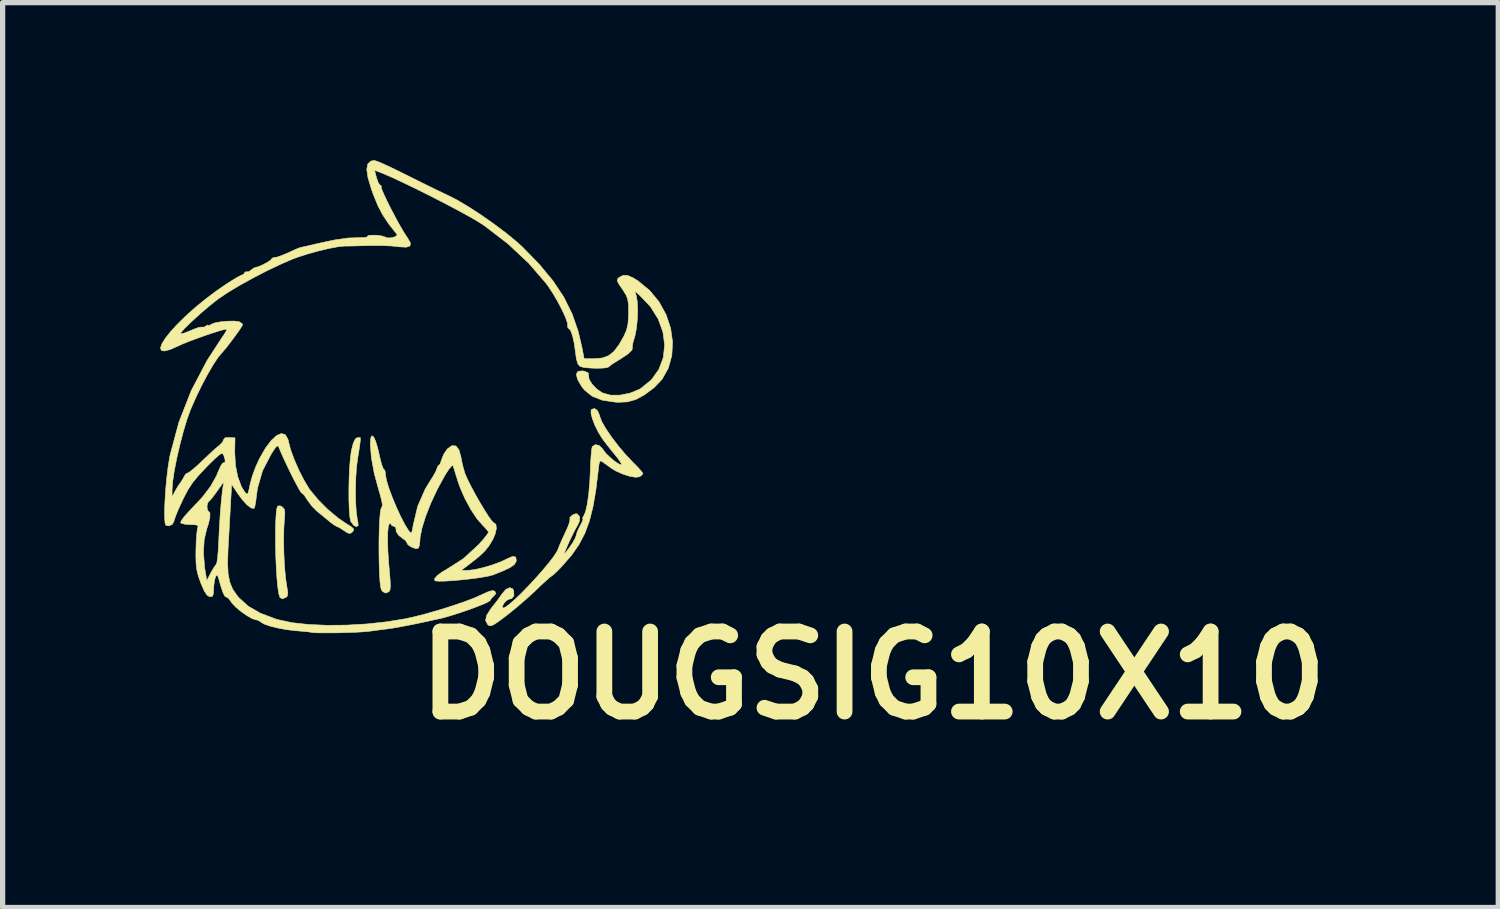
<source format=kicad_pcb>
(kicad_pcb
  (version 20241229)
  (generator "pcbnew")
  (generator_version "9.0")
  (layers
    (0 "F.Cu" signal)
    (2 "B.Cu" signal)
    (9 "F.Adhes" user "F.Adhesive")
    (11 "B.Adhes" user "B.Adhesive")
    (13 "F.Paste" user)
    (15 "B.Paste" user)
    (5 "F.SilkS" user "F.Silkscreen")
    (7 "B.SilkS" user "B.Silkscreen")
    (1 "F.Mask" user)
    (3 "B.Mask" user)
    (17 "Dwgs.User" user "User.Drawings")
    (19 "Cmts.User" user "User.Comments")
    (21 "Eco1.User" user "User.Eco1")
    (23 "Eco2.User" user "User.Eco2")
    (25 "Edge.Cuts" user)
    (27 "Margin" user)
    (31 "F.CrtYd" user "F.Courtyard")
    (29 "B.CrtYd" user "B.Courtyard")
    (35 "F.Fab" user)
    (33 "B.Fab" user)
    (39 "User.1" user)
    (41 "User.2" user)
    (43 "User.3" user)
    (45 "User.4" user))
  (footprint "DOUGSIG10X10"
    (layer "F.Cu")
    (at 4.869 4.504)
    (property "Reference" "DOUGSIG10X10" (at 8.7 5.3 0) (layer "F.SilkS") (effects (font (size 1.524 1.524) (thickness 0.3))))
    (attr through_hole)
    (fp_poly (pts (xy -2.547 2.093) (xy -2.508 2.139) (xy -2.497 2.22) (xy -2.503 2.291) (xy -2.516 2.489) (xy -2.52 2.725) (xy -2.516 2.978) (xy -2.504 3.226) (xy -2.484 3.446) (xy -2.459 3.617) (xy -2.457 3.624) (xy -2.44 3.732) (xy -2.451 3.792) (xy -2.473 3.814) (xy -2.545 3.844) (xy -2.59 3.818) (xy -2.592 3.814) (xy -2.613 3.745) (xy -2.632 3.619) (xy -2.648 3.449) (xy -2.661 3.249) (xy -2.67 3.031) (xy -2.675 2.808) (xy -2.676 2.594) (xy -2.672 2.4) (xy -2.664 2.241) (xy -2.651 2.128) (xy -2.633 2.077) (xy -2.587 2.074) (xy -2.547 2.093)) (stroke (width 0.01) (type solid)) (fill yes) (layer "F.SilkS"))
    (fp_poly (pts (xy -1.061 0.777) (xy -1.06 0.818) (xy -1.071 0.913) (xy -1.091 1.047) (xy -1.107 1.142) (xy -1.132 1.326) (xy -1.147 1.542) (xy -1.153 1.77) (xy -1.15 1.992) (xy -1.138 2.189) (xy -1.117 2.34) (xy -1.106 2.386) (xy -1.102 2.45) (xy -1.135 2.47) (xy -1.186 2.447) (xy -1.235 2.383) (xy -1.243 2.368) (xy -1.26 2.287) (xy -1.272 2.15) (xy -1.278 1.972) (xy -1.279 1.77) (xy -1.275 1.559) (xy -1.266 1.354) (xy -1.251 1.172) (xy -1.232 1.029) (xy -1.232 1.028) (xy -1.197 0.888) (xy -1.157 0.802) (xy -1.134 0.782) (xy -1.077 0.772) (xy -1.061 0.777)) (stroke (width 0.01) (type solid)) (fill yes) (layer "F.SilkS"))
    (fp_poly (pts (xy 3.451 0.259) (xy 3.492 0.35) (xy 3.498 0.375) (xy 3.535 0.472) (xy 3.613 0.607) (xy 3.721 0.765) (xy 3.849 0.933) (xy 3.987 1.097) (xy 4.125 1.243) (xy 4.133 1.25) (xy 4.224 1.343) (xy 4.29 1.417) (xy 4.318 1.457) (xy 4.318 1.458) (xy 4.29 1.495) (xy 4.25 1.521) (xy 4.176 1.53) (xy 4.06 1.509) (xy 3.927 1.466) (xy 3.799 1.408) (xy 3.725 1.363) (xy 3.63 1.295) (xy 3.568 1.25) (xy 3.524 1.221) (xy 3.498 1.225) (xy 3.483 1.275) (xy 3.469 1.382) (xy 3.467 1.404) (xy 3.421 1.781) (xy 3.366 2.097) (xy 3.298 2.366) (xy 3.212 2.598) (xy 3.103 2.807) (xy 2.966 3.005) (xy 2.796 3.202) (xy 2.745 3.257) (xy 2.663 3.339) (xy 2.601 3.395) (xy 2.577 3.411) (xy 2.545 3.435) (xy 2.472 3.499) (xy 2.371 3.592) (xy 2.283 3.677) (xy 2.125 3.823) (xy 1.942 3.982) (xy 1.767 4.125) (xy 1.714 4.166) (xy 1.58 4.267) (xy 1.49 4.328) (xy 1.432 4.356) (xy 1.394 4.355) (xy 1.363 4.333) (xy 1.362 4.332) (xy 1.323 4.256) (xy 1.343 4.159) (xy 1.423 4.033) (xy 1.456 3.991) (xy 1.543 3.881) (xy 1.623 3.769) (xy 1.638 3.747) (xy 1.711 3.663) (xy 1.783 3.631) (xy 1.839 3.652) (xy 1.859 3.692) (xy 1.862 3.788) (xy 1.818 3.84) (xy 1.784 3.846) (xy 1.729 3.87) (xy 1.675 3.925) (xy 1.643 3.984) (xy 1.647 4.018) (xy 1.688 4.01) (xy 1.765 3.956) (xy 1.872 3.863) (xy 1.998 3.743) (xy 2.135 3.603) (xy 2.275 3.452) (xy 2.409 3.301) (xy 2.527 3.159) (xy 2.623 3.034) (xy 2.686 2.936) (xy 2.705 2.893) (xy 2.733 2.82) (xy 2.782 2.706) (xy 2.839 2.585) (xy 2.891 2.469) (xy 2.923 2.38) (xy 2.929 2.336) (xy 2.928 2.335) (xy 2.928 2.297) (xy 2.97 2.253) (xy 3.029 2.226) (xy 3.067 2.227) (xy 3.113 2.278) (xy 3.112 2.362) (xy 3.071 2.45) (xy 3.037 2.508) (xy 2.99 2.599) (xy 2.938 2.707) (xy 2.887 2.817) (xy 2.846 2.912) (xy 2.82 2.977) (xy 2.818 2.997) (xy 2.821 2.994) (xy 2.908 2.883) (xy 2.983 2.773) (xy 3.033 2.682) (xy 3.048 2.635) (xy 3.066 2.571) (xy 3.109 2.478) (xy 3.124 2.451) (xy 3.165 2.372) (xy 3.178 2.327) (xy 3.174 2.322) (xy 3.17 2.3) (xy 3.185 2.277) (xy 3.224 2.192) (xy 3.258 2.046) (xy 3.286 1.848) (xy 3.307 1.609) (xy 3.316 1.41) (xy 3.323 1.24) (xy 3.333 1.095) (xy 3.344 0.992) (xy 3.354 0.947) (xy 3.412 0.908) (xy 3.485 0.925) (xy 3.551 0.99) (xy 3.559 1.004) (xy 3.608 1.07) (xy 3.686 1.146) (xy 3.772 1.219) (xy 3.851 1.272) (xy 3.903 1.292) (xy 3.912 1.289) (xy 3.9 1.255) (xy 3.851 1.183) (xy 3.788 1.104) (xy 3.688 0.981) (xy 3.589 0.854) (xy 3.543 0.791) (xy 3.469 0.672) (xy 3.404 0.541) (xy 3.355 0.414) (xy 3.329 0.31) (xy 3.332 0.247) (xy 3.336 0.242) (xy 3.395 0.22) (xy 3.451 0.259)) (stroke (width 0.01) (type solid)) (fill yes) (layer "F.SilkS"))
    (fp_poly (pts (xy -0.81 0.758) (xy -0.773 0.836) (xy -0.732 0.968) (xy -0.708 1.072) (xy -0.676 1.21) (xy -0.645 1.316) (xy -0.62 1.373) (xy -0.612 1.379) (xy -0.59 1.41) (xy -0.581 1.486) (xy -0.581 1.487) (xy -0.564 1.584) (xy -0.521 1.728) (xy -0.457 1.901) (xy -0.38 2.087) (xy -0.297 2.268) (xy -0.215 2.426) (xy -0.141 2.546) (xy -0.134 2.555) (xy -0.103 2.59) (xy -0.083 2.581) (xy -0.067 2.517) (xy -0.056 2.448) (xy 0.031 2.081) (xy 0.177 1.749) (xy 0.249 1.631) (xy 0.322 1.515) (xy 0.376 1.419) (xy 0.399 1.36) (xy 0.399 1.357) (xy 0.418 1.311) (xy 0.431 1.306) (xy 0.459 1.275) (xy 0.484 1.199) (xy 0.485 1.197) (xy 0.526 1.092) (xy 0.593 0.993) (xy 0.681 0.929) (xy 0.757 0.934) (xy 0.816 1.006) (xy 0.854 1.143) (xy 0.855 1.152) (xy 0.884 1.295) (xy 0.924 1.437) (xy 0.935 1.47) (xy 0.981 1.574) (xy 1.049 1.709) (xy 1.13 1.86) (xy 1.218 2.014) (xy 1.305 2.158) (xy 1.381 2.278) (xy 1.441 2.361) (xy 1.475 2.394) (xy 1.476 2.394) (xy 1.519 2.424) (xy 1.529 2.502) (xy 1.505 2.611) (xy 1.457 2.721) (xy 1.385 2.839) (xy 1.298 2.945) (xy 1.179 3.055) (xy 1.014 3.184) (xy 0.858 3.302) (xy 0.987 3.302) (xy 1.113 3.288) (xy 1.277 3.25) (xy 1.455 3.197) (xy 1.62 3.136) (xy 1.738 3.079) (xy 1.839 3.036) (xy 1.897 3.048) (xy 1.908 3.112) (xy 1.902 3.139) (xy 1.87 3.191) (xy 1.795 3.245) (xy 1.669 3.306) (xy 1.483 3.381) (xy 1.458 3.39) (xy 1.369 3.413) (xy 1.234 3.437) (xy 1.068 3.46) (xy 0.89 3.48) (xy 0.713 3.496) (xy 0.556 3.506) (xy 0.435 3.508) (xy 0.365 3.502) (xy 0.358 3.499) (xy 0.352 3.462) (xy 0.4 3.404) (xy 0.49 3.336) (xy 0.573 3.288) (xy 0.903 3.077) (xy 1.194 2.809) (xy 1.283 2.708) (xy 1.348 2.626) (xy 1.378 2.58) (xy 1.379 2.576) (xy 1.354 2.535) (xy 1.293 2.468) (xy 1.268 2.443) (xy 1.156 2.315) (xy 1.039 2.137) (xy 0.928 1.931) (xy 0.836 1.719) (xy 0.799 1.615) (xy 0.758 1.483) (xy 0.724 1.374) (xy 0.704 1.311) (xy 0.703 1.309) (xy 0.679 1.312) (xy 0.628 1.371) (xy 0.559 1.477) (xy 0.541 1.507) (xy 0.402 1.763) (xy 0.281 2.022) (xy 0.183 2.271) (xy 0.113 2.495) (xy 0.076 2.679) (xy 0.073 2.744) (xy 0.063 2.832) (xy 0.039 2.883) (xy 0.037 2.884) (xy -0.018 2.885) (xy -0.092 2.856) (xy -0.155 2.813) (xy -0.175 2.777) (xy -0.2 2.733) (xy -0.239 2.705) (xy -0.331 2.635) (xy -0.38 2.559) (xy -0.381 2.513) (xy -0.395 2.473) (xy -0.418 2.467) (xy -0.466 2.446) (xy -0.472 2.429) (xy -0.494 2.407) (xy -0.508 2.413) (xy -0.528 2.462) (xy -0.539 2.573) (xy -0.542 2.735) (xy -0.536 2.937) (xy -0.521 3.168) (xy -0.507 3.318) (xy -0.493 3.494) (xy -0.489 3.609) (xy -0.497 3.677) (xy -0.517 3.708) (xy -0.517 3.708) (xy -0.58 3.734) (xy -0.63 3.708) (xy -0.658 3.677) (xy -0.674 3.622) (xy -0.687 3.51) (xy -0.697 3.353) (xy -0.703 3.166) (xy -0.706 2.961) (xy -0.706 2.752) (xy -0.702 2.552) (xy -0.695 2.374) (xy -0.684 2.232) (xy -0.67 2.138) (xy -0.656 2.107) (xy -0.641 2.07) (xy -0.651 1.988) (xy -0.686 1.851) (xy -0.704 1.793) (xy -0.795 1.46) (xy -0.851 1.156) (xy -0.871 0.898) (xy -0.871 0.897) (xy -0.863 0.785) (xy -0.842 0.74) (xy -0.81 0.758)) (stroke (width 0.01) (type solid)) (fill yes) (layer "F.SilkS"))
    (fp_poly (pts (xy -0.742 -4.484) (xy -0.637 -4.44) (xy -0.493 -4.374) (xy -0.319 -4.29) (xy -0.175 -4.218) (xy 0.028 -4.117) (xy 0.226 -4.019) (xy 0.403 -3.932) (xy 0.542 -3.866) (xy 0.6 -3.839) (xy 0.783 -3.746) (xy 1.003 -3.615) (xy 1.243 -3.459) (xy 1.486 -3.288) (xy 1.717 -3.115) (xy 1.917 -2.95) (xy 2.022 -2.855) (xy 2.344 -2.525) (xy 2.605 -2.21) (xy 2.812 -1.899) (xy 2.97 -1.58) (xy 3.087 -1.243) (xy 3.159 -0.934) (xy 3.198 -0.726) (xy 3.386 -0.727) (xy 3.541 -0.74) (xy 3.664 -0.784) (xy 3.769 -0.868) (xy 3.87 -1.004) (xy 3.958 -1.161) (xy 4.007 -1.274) (xy 4.034 -1.395) (xy 4.044 -1.551) (xy 4.045 -1.603) (xy 4.043 -1.75) (xy 4.03 -1.851) (xy 4.001 -1.932) (xy 3.947 -2.02) (xy 3.924 -2.054) (xy 3.857 -2.152) (xy 3.829 -2.21) (xy 3.835 -2.246) (xy 3.867 -2.275) (xy 3.944 -2.314) (xy 4.026 -2.312) (xy 4.131 -2.266) (xy 4.221 -2.21) (xy 4.446 -2.026) (xy 4.626 -1.807) (xy 4.759 -1.564) (xy 4.845 -1.307) (xy 4.882 -1.045) (xy 4.868 -0.789) (xy 4.802 -0.549) (xy 4.682 -0.335) (xy 4.529 -0.175) (xy 4.344 -0.037) (xy 4.182 0.05) (xy 4.022 0.095) (xy 3.844 0.103) (xy 3.794 0.1) (xy 3.545 0.063) (xy 3.351 -0.013) (xy 3.203 -0.133) (xy 3.151 -0.2) (xy 3.073 -0.334) (xy 3.05 -0.431) (xy 3.081 -0.486) (xy 3.166 -0.495) (xy 3.211 -0.487) (xy 3.278 -0.455) (xy 3.284 -0.401) (xy 3.284 -0.399) (xy 3.295 -0.33) (xy 3.351 -0.242) (xy 3.437 -0.152) (xy 3.536 -0.082) (xy 3.545 -0.077) (xy 3.695 -0.034) (xy 3.878 -0.033) (xy 4.071 -0.071) (xy 4.249 -0.144) (xy 4.282 -0.164) (xy 4.482 -0.328) (xy 4.623 -0.526) (xy 4.706 -0.75) (xy 4.731 -0.99) (xy 4.698 -1.237) (xy 4.608 -1.483) (xy 4.461 -1.718) (xy 4.256 -1.934) (xy 4.248 -1.941) (xy 4.163 -2.014) (xy 4.192 -1.923) (xy 4.211 -1.809) (xy 4.217 -1.649) (xy 4.211 -1.47) (xy 4.193 -1.298) (xy 4.166 -1.159) (xy 4.157 -1.13) (xy 4.127 -1.03) (xy 4.116 -0.958) (xy 4.119 -0.942) (xy 4.109 -0.892) (xy 4.035 -0.819) (xy 3.898 -0.727) (xy 3.853 -0.7) (xy 3.756 -0.64) (xy 3.689 -0.592) (xy 3.671 -0.573) (xy 3.63 -0.556) (xy 3.539 -0.547) (xy 3.421 -0.545) (xy 3.297 -0.55) (xy 3.191 -0.561) (xy 3.124 -0.579) (xy 3.123 -0.579) (xy 3.081 -0.625) (xy 3.052 -0.719) (xy 3.034 -0.848) (xy 3.01 -1.025) (xy 2.977 -1.169) (xy 2.94 -1.267) (xy 2.903 -1.306) (xy 2.9 -1.306) (xy 2.882 -1.332) (xy 2.886 -1.352) (xy 2.88 -1.412) (xy 2.842 -1.519) (xy 2.779 -1.656) (xy 2.699 -1.809) (xy 2.61 -1.962) (xy 2.519 -2.102) (xy 2.477 -2.159) (xy 2.143 -2.546) (xy 1.752 -2.912) (xy 1.319 -3.245) (xy 1.252 -3.291) (xy 1.125 -3.369) (xy 0.945 -3.471) (xy 0.727 -3.589) (xy 0.483 -3.717) (xy 0.228 -3.847) (xy -0.025 -3.973) (xy -0.263 -4.087) (xy -0.471 -4.184) (xy -0.636 -4.255) (xy -0.694 -4.278) (xy -0.789 -4.313) (xy -0.753 -4.17) (xy -0.722 -4.081) (xy -0.688 -4.031) (xy -0.679 -4.028) (xy -0.659 -4.012) (xy -0.665 -4.004) (xy -0.658 -3.965) (xy -0.622 -3.876) (xy -0.564 -3.751) (xy -0.491 -3.604) (xy -0.409 -3.447) (xy -0.327 -3.295) (xy -0.249 -3.161) (xy -0.185 -3.058) (xy -0.161 -3.024) (xy -0.108 -2.932) (xy -0.115 -2.874) (xy -0.185 -2.849) (xy -0.32 -2.856) (xy -0.347 -2.86) (xy -0.464 -2.872) (xy -0.626 -2.879) (xy -0.806 -2.881) (xy -0.889 -2.88) (xy -1.058 -2.876) (xy -1.211 -2.872) (xy -1.326 -2.87) (xy -1.365 -2.87) (xy -1.488 -2.857) (xy -1.659 -2.825) (xy -1.856 -2.778) (xy -2.059 -2.722) (xy -2.248 -2.661) (xy -2.347 -2.625) (xy -2.578 -2.525) (xy -2.834 -2.403) (xy -3.097 -2.267) (xy -3.349 -2.128) (xy -3.572 -1.995) (xy -3.748 -1.877) (xy -3.771 -1.861) (xy -3.93 -1.735) (xy -4.106 -1.585) (xy -4.267 -1.438) (xy -4.298 -1.408) (xy -4.414 -1.294) (xy -4.474 -1.225) (xy -4.477 -1.199) (xy -4.421 -1.211) (xy -4.304 -1.257) (xy -4.232 -1.287) (xy -4.142 -1.32) (xy -4.082 -1.33) (xy -4.072 -1.327) (xy -4.032 -1.329) (xy -4.004 -1.347) (xy -3.963 -1.369) (xy -3.955 -1.361) (xy -3.933 -1.358) (xy -3.899 -1.381) (xy -3.831 -1.408) (xy -3.718 -1.429) (xy -3.585 -1.441) (xy -3.46 -1.443) (xy -3.368 -1.431) (xy -3.365 -1.43) (xy -3.312 -1.396) (xy -3.302 -1.372) (xy -3.323 -1.333) (xy -3.376 -1.253) (xy -3.451 -1.149) (xy -3.534 -1.038) (xy -3.613 -0.936) (xy -3.677 -0.86) (xy -3.7 -0.835) (xy -3.774 -0.745) (xy -3.867 -0.603) (xy -3.972 -0.422) (xy -4.081 -0.216) (xy -4.186 0.000478) (xy -4.28 0.213) (xy -4.294 0.247) (xy -4.362 0.434) (xy -4.43 0.661) (xy -4.495 0.91) (xy -4.554 1.163) (xy -4.601 1.402) (xy -4.632 1.609) (xy -4.644 1.766) (xy -4.644 1.773) (xy -4.644 1.905) (xy -4.587 1.796) (xy -4.534 1.703) (xy -4.484 1.633) (xy -4.432 1.552) (xy -4.415 1.515) (xy -4.377 1.461) (xy -4.351 1.451) (xy -4.309 1.428) (xy -4.229 1.364) (xy -4.125 1.271) (xy -4.063 1.212) (xy -3.946 1.101) (xy -3.841 1.004) (xy -3.763 0.937) (xy -3.741 0.92) (xy -3.683 0.861) (xy -3.665 0.816) (xy -3.634 0.778) (xy -3.555 0.773) (xy -3.446 0.78) (xy -3.451 1.057) (xy -3.438 1.296) (xy -3.394 1.52) (xy -3.324 1.708) (xy -3.265 1.804) (xy -3.231 1.845) (xy -3.208 1.849) (xy -3.189 1.805) (xy -3.167 1.705) (xy -3.158 1.659) (xy -3.117 1.508) (xy -3.053 1.334) (xy -2.983 1.18) (xy -2.868 0.978) (xy -2.756 0.829) (xy -2.652 0.734) (xy -2.562 0.697) (xy -2.489 0.719) (xy -2.439 0.805) (xy -2.425 0.864) (xy -2.386 1.011) (xy -2.318 1.195) (xy -2.231 1.394) (xy -2.135 1.582) (xy -2.042 1.738) (xy -2.019 1.771) (xy -1.864 1.958) (xy -1.679 2.143) (xy -1.486 2.305) (xy -1.331 2.411) (xy -1.233 2.472) (xy -1.19 2.512) (xy -1.191 2.545) (xy -1.21 2.568) (xy -1.253 2.599) (xy -1.302 2.59) (xy -1.372 2.545) (xy -1.45 2.494) (xy -1.502 2.468) (xy -1.507 2.467) (xy -1.548 2.446) (xy -1.622 2.392) (xy -1.664 2.357) (xy -1.77 2.27) (xy -1.872 2.186) (xy -1.896 2.167) (xy -1.981 2.081) (xy -2.062 1.972) (xy -2.075 1.952) (xy -2.127 1.873) (xy -2.167 1.833) (xy -2.176 1.832) (xy -2.198 1.806) (xy -2.243 1.728) (xy -2.305 1.612) (xy -2.376 1.473) (xy -2.449 1.322) (xy -2.518 1.176) (xy -2.575 1.048) (xy -2.601 0.984) (xy -2.622 0.939) (xy -2.644 0.933) (xy -2.681 0.972) (xy -2.742 1.064) (xy -2.754 1.082) (xy -2.922 1.405) (xy -3.018 1.737) (xy -3.037 1.875) (xy -3.052 1.997) (xy -3.069 2.087) (xy -3.084 2.122) (xy -3.137 2.115) (xy -3.216 2.056) (xy -3.309 1.954) (xy -3.389 1.846) (xy -3.51 1.666) (xy -3.533 2.076) (xy -3.545 2.297) (xy -3.559 2.551) (xy -3.573 2.797) (xy -3.579 2.911) (xy -3.587 3.167) (xy -3.577 3.367) (xy -3.546 3.526) (xy -3.491 3.659) (xy -3.407 3.781) (xy -3.374 3.821) (xy -3.193 3.985) (xy -2.961 4.118) (xy -2.671 4.227) (xy -2.612 4.244) (xy -2.356 4.298) (xy -2.046 4.332) (xy -1.696 4.347) (xy -1.323 4.344) (xy -0.941 4.322) (xy -0.567 4.282) (xy -0.215 4.225) (xy -0.036 4.186) (xy 0.197 4.126) (xy 0.447 4.054) (xy 0.694 3.976) (xy 0.923 3.898) (xy 1.114 3.825) (xy 1.247 3.766) (xy 1.374 3.708) (xy 1.454 3.686) (xy 1.499 3.698) (xy 1.501 3.701) (xy 1.518 3.746) (xy 1.479 3.789) (xy 1.427 3.841) (xy 1.415 3.87) (xy 1.383 3.896) (xy 1.295 3.938) (xy 1.166 3.99) (xy 1.01 4.048) (xy 0.842 4.106) (xy 0.675 4.159) (xy 0.524 4.203) (xy 0.404 4.231) (xy 0.34 4.244) (xy 0.237 4.267) (xy 0.186 4.278) (xy 0.029 4.312) (xy -0.147 4.347) (xy -0.317 4.379) (xy -0.455 4.403) (xy -0.508 4.411) (xy -0.587 4.421) (xy -0.713 4.437) (xy -0.861 4.457) (xy -0.889 4.461) (xy -0.998 4.471) (xy -1.147 4.48) (xy -1.32 4.486) (xy -1.501 4.491) (xy -1.675 4.492) (xy -1.827 4.492) (xy -1.941 4.488) (xy -2.001 4.481) (xy -2.006 4.479) (xy -2.043 4.473) (xy -2.134 4.464) (xy -2.261 4.453) (xy -2.286 4.451) (xy -2.46 4.431) (xy -2.631 4.399) (xy -2.782 4.362) (xy -2.896 4.322) (xy -2.956 4.284) (xy -2.958 4.281) (xy -3.009 4.25) (xy -3.041 4.245) (xy -3.114 4.222) (xy -3.218 4.164) (xy -3.332 4.084) (xy -3.435 3.998) (xy -3.507 3.921) (xy -3.52 3.9) (xy -3.569 3.834) (xy -3.611 3.81) (xy -3.64 3.792) (xy -3.672 3.73) (xy -3.712 3.615) (xy -3.759 3.45) (xy -3.78 3.393) (xy -3.802 3.4) (xy -3.816 3.422) (xy -3.837 3.494) (xy -3.85 3.603) (xy -3.852 3.648) (xy -3.858 3.749) (xy -3.877 3.796) (xy -3.916 3.804) (xy -3.928 3.803) (xy -3.979 3.773) (xy -4.031 3.694) (xy -4.092 3.555) (xy -4.099 3.537) (xy -4.146 3.404) (xy -4.174 3.288) (xy -4.188 3.163) (xy -4.191 3.002) (xy -4.19 2.968) (xy -4.046 2.968) (xy -4.025 3.245) (xy -4.01 3.337) (xy -3.983 3.498) (xy -3.909 3.355) (xy -3.858 3.263) (xy -3.815 3.201) (xy -3.805 3.191) (xy -3.79 3.148) (xy -3.776 3.049) (xy -3.764 2.91) (xy -3.758 2.792) (xy -3.745 2.512) (xy -3.728 2.241) (xy -3.708 1.997) (xy -3.687 1.8) (xy -3.679 1.742) (xy -3.66 1.615) (xy -3.795 1.805) (xy -3.867 1.903) (xy -3.924 1.972) (xy -3.951 1.996) (xy -3.97 2.027) (xy -3.979 2.086) (xy -3.971 2.155) (xy -3.951 2.177) (xy -3.923 2.208) (xy -3.924 2.293) (xy -3.952 2.418) (xy -3.987 2.522) (xy -4.033 2.721) (xy -4.046 2.968) (xy -4.19 2.968) (xy -4.19 2.92) (xy -4.185 2.759) (xy -4.175 2.621) (xy -4.164 2.524) (xy -4.156 2.495) (xy -4.149 2.456) (xy -4.18 2.437) (xy -4.266 2.431) (xy -4.294 2.431) (xy -4.398 2.424) (xy -4.468 2.405) (xy -4.481 2.395) (xy -4.467 2.355) (xy -4.411 2.278) (xy -4.322 2.179) (xy -4.268 2.123) (xy -4.063 1.904) (xy -3.911 1.703) (xy -3.801 1.508) (xy -3.759 1.406) (xy -3.717 1.312) (xy -3.679 1.259) (xy -3.662 1.254) (xy -3.635 1.248) (xy -3.636 1.191) (xy -3.663 1.107) (xy -3.68 1.081) (xy -3.709 1.08) (xy -3.757 1.112) (xy -3.835 1.182) (xy -3.952 1.297) (xy -3.99 1.336) (xy -4.139 1.493) (xy -4.25 1.628) (xy -4.34 1.765) (xy -4.426 1.928) (xy -4.448 1.975) (xy -4.516 2.122) (xy -4.569 2.248) (xy -4.601 2.337) (xy -4.608 2.368) (xy -4.638 2.426) (xy -4.704 2.455) (xy -4.762 2.444) (xy -4.778 2.397) (xy -4.786 2.292) (xy -4.786 2.141) (xy -4.778 1.958) (xy -4.765 1.757) (xy -4.746 1.55) (xy -4.722 1.35) (xy -4.694 1.172) (xy -4.682 1.109) (xy -4.515 0.485) (xy -4.28 -0.117) (xy -3.977 -0.694) (xy -3.712 -1.101) (xy -3.648 -1.196) (xy -3.607 -1.265) (xy -3.599 -1.289) (xy -3.639 -1.285) (xy -3.732 -1.261) (xy -3.861 -1.22) (xy -4.014 -1.169) (xy -4.173 -1.112) (xy -4.324 -1.056) (xy -4.452 -1.004) (xy -4.53 -0.968) (xy -4.686 -0.899) (xy -4.792 -0.873) (xy -4.85 -0.886) (xy -4.864 -0.933) (xy -4.838 -1.01) (xy -4.774 -1.113) (xy -4.677 -1.236) (xy -4.549 -1.376) (xy -4.395 -1.528) (xy -4.218 -1.688) (xy -4.021 -1.85) (xy -3.808 -2.011) (xy -3.605 -2.151) (xy -3.482 -2.229) (xy -3.381 -2.288) (xy -3.316 -2.32) (xy -3.305 -2.322) (xy -3.267 -2.349) (xy -3.266 -2.361) (xy -3.244 -2.383) (xy -3.232 -2.379) (xy -3.183 -2.383) (xy -3.151 -2.406) (xy -3.092 -2.45) (xy -3.066 -2.46) (xy -2.996 -2.48) (xy -2.906 -2.52) (xy -2.822 -2.566) (xy -2.766 -2.605) (xy -2.758 -2.618) (xy -2.728 -2.646) (xy -2.705 -2.649) (xy -2.635 -2.664) (xy -2.524 -2.704) (xy -2.395 -2.76) (xy -2.309 -2.801) (xy -2.222 -2.837) (xy -2.18 -2.848) (xy -2.114 -2.862) (xy -2.002 -2.888) (xy -1.884 -2.916) (xy -1.559 -2.986) (xy -1.293 -3.024) (xy -1.081 -3.031) (xy -0.985 -3.032) (xy -0.933 -3.043) (xy -0.929 -3.053) (xy -0.911 -3.071) (xy -0.845 -3.078) (xy -0.756 -3.077) (xy -0.668 -3.066) (xy -0.604 -3.049) (xy -0.595 -3.043) (xy -0.538 -3.025) (xy -0.463 -3.029) (xy -0.396 -3.049) (xy -0.361 -3.078) (xy -0.366 -3.097) (xy -0.52 -3.292) (xy -0.636 -3.466) (xy -0.73 -3.647) (xy -0.817 -3.861) (xy -0.85 -3.955) (xy -0.915 -4.171) (xy -0.938 -4.329) (xy -0.919 -4.434) (xy -0.858 -4.489) (xy -0.794 -4.499) (xy -0.742 -4.484)) (stroke (width 0.01) (type solid)) (fill yes) (layer "F.SilkS")))
  (gr_rect
    (start -3 -3)
    (end 25.467 14.222)
    (stroke (width 0.1) (type default))
    (fill no)
    (layer "Edge.Cuts")))
</source>
